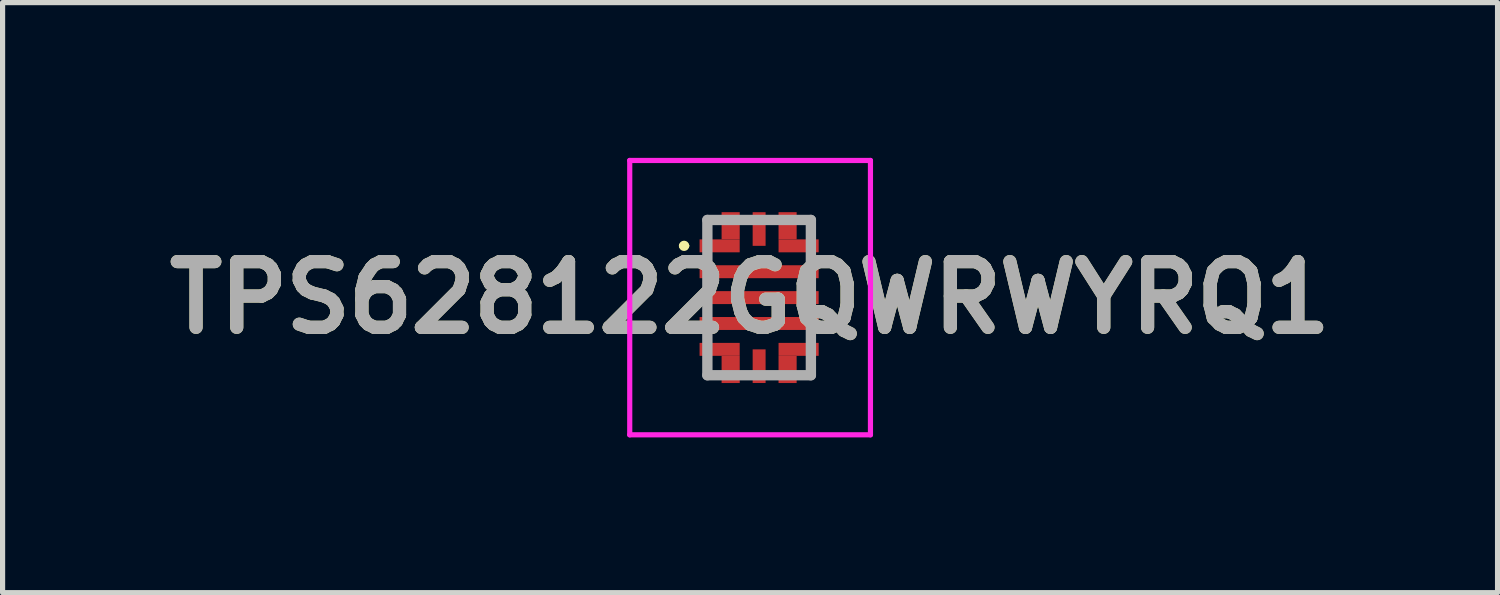
<source format=kicad_pcb>
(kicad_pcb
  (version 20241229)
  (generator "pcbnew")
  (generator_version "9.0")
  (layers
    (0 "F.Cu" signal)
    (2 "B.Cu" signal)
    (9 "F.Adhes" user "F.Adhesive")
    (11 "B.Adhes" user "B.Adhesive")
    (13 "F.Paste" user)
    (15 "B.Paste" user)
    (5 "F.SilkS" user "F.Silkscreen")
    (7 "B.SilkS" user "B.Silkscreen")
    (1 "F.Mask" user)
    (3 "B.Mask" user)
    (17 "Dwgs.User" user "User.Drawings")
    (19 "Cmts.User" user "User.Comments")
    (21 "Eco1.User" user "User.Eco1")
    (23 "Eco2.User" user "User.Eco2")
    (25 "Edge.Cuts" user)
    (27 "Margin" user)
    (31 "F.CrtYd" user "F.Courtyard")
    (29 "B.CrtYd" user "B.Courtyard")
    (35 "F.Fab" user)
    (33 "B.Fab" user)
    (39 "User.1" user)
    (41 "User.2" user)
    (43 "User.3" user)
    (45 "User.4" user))
  (footprint "TPS628122GQWRWYRQ1"
    (layer "F.Cu")
    (at 11.617 2.7)
    (property "Reference" "TPS628122GQWRWYRQ1" (at -0.175 0 0) (layer "F.SilkS") (effects (font (size 1.27 1.27) (thickness 0.254))))
    (attr smd)
    (fp_line (start -1.5 -1) (end -1.5 -1) (stroke (width 0.1) (type solid)) (layer "F.SilkS"))
    (fp_line (start -1.4 -1) (end -1.4 -1) (stroke (width 0.1) (type solid)) (layer "F.SilkS"))
    (fp_arc (start -1.5 -1) (mid -1.45 -1.05) (end -1.4 -1) (stroke (width 0.1) (type solid)) (layer "F.SilkS"))
    (fp_arc (start -1.4 -1) (mid -1.45 -0.95) (end -1.5 -1) (stroke (width 0.1) (type solid)) (layer "F.SilkS"))
    (fp_line (start -2.5 -2.65) (end 2.151 -2.65) (stroke (width 0.1) (type solid)) (layer "F.CrtYd"))
    (fp_line (start -2.5 2.651) (end -2.5 -2.65) (stroke (width 0.1) (type solid)) (layer "F.CrtYd"))
    (fp_line (start 2.151 -2.65) (end 2.151 2.651) (stroke (width 0.1) (type solid)) (layer "F.CrtYd"))
    (fp_line (start 2.151 2.651) (end -2.5 2.651) (stroke (width 0.1) (type solid)) (layer "F.CrtYd"))
    (fp_line (start -1 -1.5) (end 1 -1.5) (stroke (width 0.2) (type solid)) (layer "F.Fab"))
    (fp_line (start -1 1.5) (end -1 -1.5) (stroke (width 0.2) (type solid)) (layer "F.Fab"))
    (fp_line (start 1 -1.5) (end 1 1.5) (stroke (width 0.2) (type solid)) (layer "F.Fab"))
    (fp_line (start 1 1.5) (end -1 1.5) (stroke (width 0.2) (type solid)) (layer "F.Fab"))
    (fp_text user "${REFERENCE}" (at -0.175 0 0) (layer "F.Fab") (effects (font (size 1.27 1.27) (thickness 0.254))))
    (pad "1" smd rect (at -0.763 -1 90) (size 0.25 0.775) (layers "F.Cu" "F.Mask" "F.Paste"))
    (pad "2" smd rect (at 0 -0.5 90) (size 0.25 2.3) (layers "F.Cu" "F.Mask" "F.Paste"))
    (pad "3" smd rect (at 0 0 90) (size 0.25 2.3) (layers "F.Cu" "F.Mask" "F.Paste"))
    (pad "4" smd rect (at 0 0.5 90) (size 0.25 2.3) (layers "F.Cu" "F.Mask" "F.Paste"))
    (pad "5" smd rect (at -0.763 1 90) (size 0.25 0.775) (layers "F.Cu" "F.Mask" "F.Paste"))
    (pad "6" smd rect (at 0 1.325) (size 0.25 0.65) (layers "F.Cu" "F.Mask" "F.Paste"))
    (pad "7" smd rect (at 0.763 1 90) (size 0.25 0.775) (layers "F.Cu" "F.Mask" "F.Paste"))
    (pad "8" smd rect (at 0.763 -1 90) (size 0.25 0.775) (layers "F.Cu" "F.Mask" "F.Paste"))
    (pad "9" smd rect (at 0 -1.325) (size 0.25 0.65) (layers "F.Cu" "F.Mask" "F.Paste"))
    (pad "10" smd rect (at -0.55 -1.388) (size 0.35 0.525) (layers "F.Cu" "F.Mask" "F.Paste"))
    (pad "11" smd rect (at -0.55 1.388) (size 0.35 0.525) (layers "F.Cu" "F.Mask" "F.Paste"))
    (pad "12" smd rect (at 0.55 1.388) (size 0.35 0.525) (layers "F.Cu" "F.Mask" "F.Paste"))
    (pad "13" smd rect (at 0.55 -1.388) (size 0.35 0.525) (layers "F.Cu" "F.Mask" "F.Paste")))
  (gr_rect
    (start -3 -3)
    (end 25.884 8.401)
    (stroke (width 0.1) (type default))
    (fill no)
    (layer "Edge.Cuts")))
</source>
